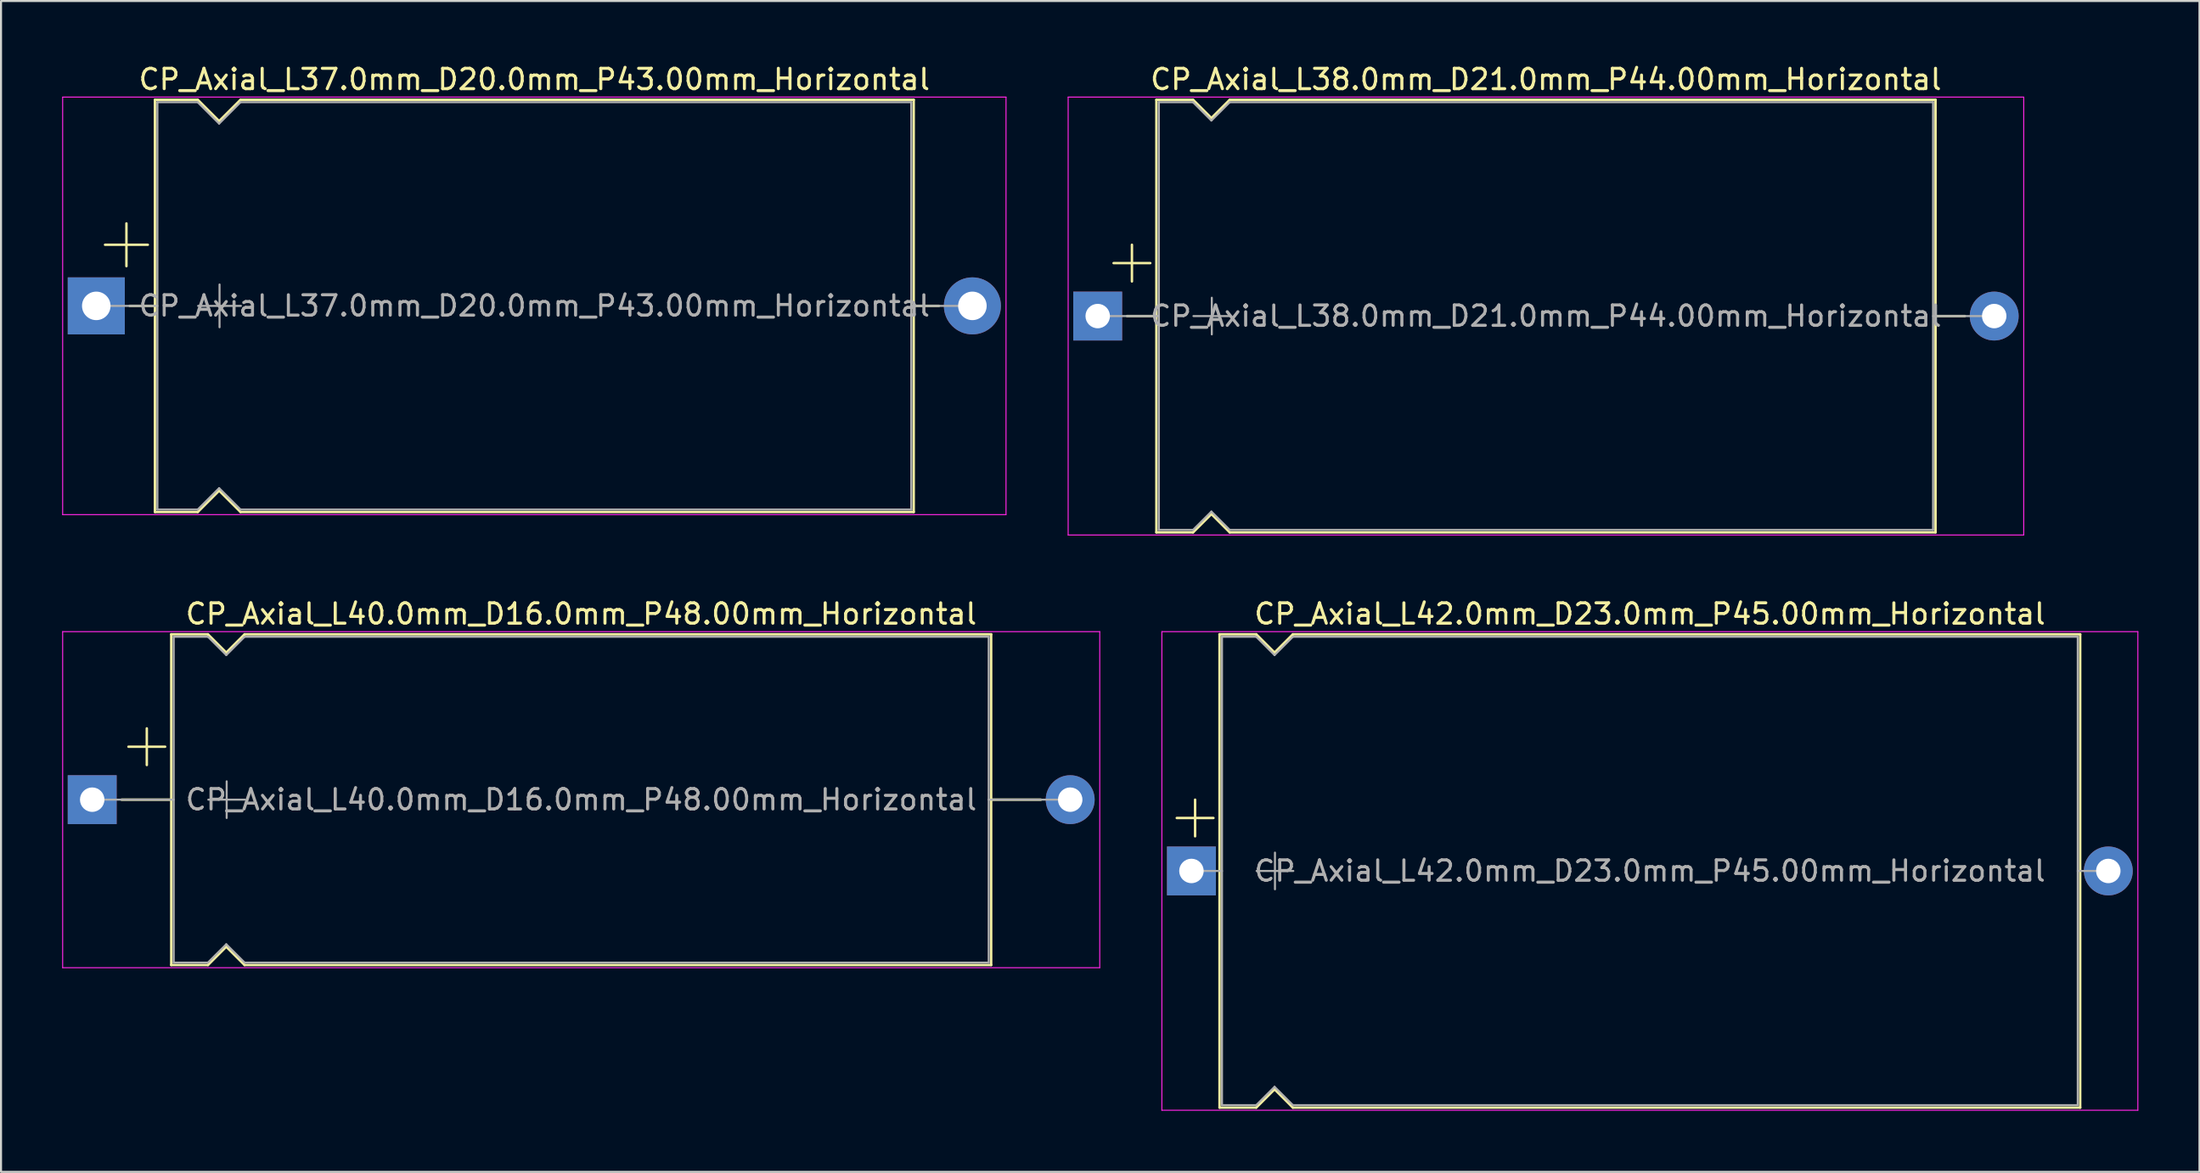
<source format=kicad_pcb>
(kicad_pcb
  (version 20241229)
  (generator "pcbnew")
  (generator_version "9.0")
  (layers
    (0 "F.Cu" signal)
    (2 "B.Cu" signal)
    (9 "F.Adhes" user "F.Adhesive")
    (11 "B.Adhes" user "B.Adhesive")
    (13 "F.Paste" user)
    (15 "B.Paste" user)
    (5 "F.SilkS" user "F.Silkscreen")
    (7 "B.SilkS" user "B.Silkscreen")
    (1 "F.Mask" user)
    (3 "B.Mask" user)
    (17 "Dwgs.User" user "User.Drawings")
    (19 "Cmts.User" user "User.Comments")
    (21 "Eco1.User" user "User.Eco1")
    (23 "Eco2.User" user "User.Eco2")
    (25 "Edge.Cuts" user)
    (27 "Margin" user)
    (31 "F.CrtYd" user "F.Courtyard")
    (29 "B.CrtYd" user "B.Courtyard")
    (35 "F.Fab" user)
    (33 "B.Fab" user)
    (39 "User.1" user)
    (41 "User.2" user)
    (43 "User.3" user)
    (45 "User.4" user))
  (footprint "CP_Axial_L38.0mm_D21.0mm_P44.00mm_Horizontal"
    (layer "F.Cu")
    (at 50.825 12.468)
    (property "Reference" "CP_Axial_L38.0mm_D21.0mm_P44.00mm_Horizontal" (at 22 -11.62 0) (layer "F.SilkS") (effects (font (size 1 1) (thickness 0.15))))
    (attr through_hole)
    (fp_line (start 0.78 -2.6) (end 2.58 -2.6) (stroke (width 0.12) (type solid)) (layer "F.SilkS"))
    (fp_line (start 1.44 0) (end 2.88 0) (stroke (width 0.12) (type solid)) (layer "F.SilkS"))
    (fp_line (start 1.68 -3.5) (end 1.68 -1.7) (stroke (width 0.12) (type solid)) (layer "F.SilkS"))
    (fp_line (start 2.88 -10.62) (end 2.88 10.62) (stroke (width 0.12) (type solid)) (layer "F.SilkS"))
    (fp_line (start 2.88 -10.62) (end 4.68 -10.62) (stroke (width 0.12) (type solid)) (layer "F.SilkS"))
    (fp_line (start 2.88 10.62) (end 4.68 10.62) (stroke (width 0.12) (type solid)) (layer "F.SilkS"))
    (fp_line (start 4.68 -10.62) (end 5.58 -9.72) (stroke (width 0.12) (type solid)) (layer "F.SilkS"))
    (fp_line (start 4.68 10.62) (end 5.58 9.72) (stroke (width 0.12) (type solid)) (layer "F.SilkS"))
    (fp_line (start 5.58 -9.72) (end 6.48 -10.62) (stroke (width 0.12) (type solid)) (layer "F.SilkS"))
    (fp_line (start 5.58 9.72) (end 6.48 10.62) (stroke (width 0.12) (type solid)) (layer "F.SilkS"))
    (fp_line (start 6.48 -10.62) (end 41.12 -10.62) (stroke (width 0.12) (type solid)) (layer "F.SilkS"))
    (fp_line (start 6.48 10.62) (end 41.12 10.62) (stroke (width 0.12) (type solid)) (layer "F.SilkS"))
    (fp_line (start 41.12 -10.62) (end 41.12 10.62) (stroke (width 0.12) (type solid)) (layer "F.SilkS"))
    (fp_line (start 42.56 0) (end 41.12 0) (stroke (width 0.12) (type solid)) (layer "F.SilkS"))
    (fp_line (start -1.45 -10.75) (end -1.45 10.75) (stroke (width 0.05) (type solid)) (layer "F.CrtYd"))
    (fp_line (start -1.45 10.75) (end 45.45 10.75) (stroke (width 0.05) (type solid)) (layer "F.CrtYd"))
    (fp_line (start 45.45 -10.75) (end -1.45 -10.75) (stroke (width 0.05) (type solid)) (layer "F.CrtYd"))
    (fp_line (start 45.45 10.75) (end 45.45 -10.75) (stroke (width 0.05) (type solid)) (layer "F.CrtYd"))
    (fp_line (start 0 0) (end 3 0) (stroke (width 0.1) (type solid)) (layer "F.Fab"))
    (fp_line (start 3 -10.5) (end 3 10.5) (stroke (width 0.1) (type solid)) (layer "F.Fab"))
    (fp_line (start 3 -10.5) (end 4.68 -10.5) (stroke (width 0.1) (type solid)) (layer "F.Fab"))
    (fp_line (start 3 10.5) (end 4.68 10.5) (stroke (width 0.1) (type solid)) (layer "F.Fab"))
    (fp_line (start 4.68 -10.5) (end 5.58 -9.6) (stroke (width 0.1) (type solid)) (layer "F.Fab"))
    (fp_line (start 4.68 10.5) (end 5.58 9.6) (stroke (width 0.1) (type solid)) (layer "F.Fab"))
    (fp_line (start 4.7 0) (end 6.5 0) (stroke (width 0.1) (type solid)) (layer "F.Fab"))
    (fp_line (start 5.58 -9.6) (end 6.48 -10.5) (stroke (width 0.1) (type solid)) (layer "F.Fab"))
    (fp_line (start 5.58 9.6) (end 6.48 10.5) (stroke (width 0.1) (type solid)) (layer "F.Fab"))
    (fp_line (start 5.6 -0.9) (end 5.6 0.9) (stroke (width 0.1) (type solid)) (layer "F.Fab"))
    (fp_line (start 6.48 -10.5) (end 41 -10.5) (stroke (width 0.1) (type solid)) (layer "F.Fab"))
    (fp_line (start 6.48 10.5) (end 41 10.5) (stroke (width 0.1) (type solid)) (layer "F.Fab"))
    (fp_line (start 41 -10.5) (end 41 10.5) (stroke (width 0.1) (type solid)) (layer "F.Fab"))
    (fp_line (start 44 0) (end 41 0) (stroke (width 0.1) (type solid)) (layer "F.Fab"))
    (fp_text user "${REFERENCE}" (at 22 0 0) (layer "F.Fab") (effects (font (size 1 1) (thickness 0.15))))
    (pad "1" thru_hole rect (at 0 0) (size 2.4 2.4) (drill 1.2) (layers "*.Cu" "*.Mask"))
    (pad "2" thru_hole oval (at 44 0) (size 2.4 2.4) (drill 1.2) (layers "*.Cu" "*.Mask")))
  (footprint "CP_Axial_L42.0mm_D23.0mm_P45.00mm_Horizontal"
    (layer "F.Cu")
    (at 55.425 39.712)
    (property "Reference" "CP_Axial_L42.0mm_D23.0mm_P45.00mm_Horizontal" (at 22.5 -12.62 0) (layer "F.SilkS") (effects (font (size 1 1) (thickness 0.15))))
    (attr through_hole)
    (fp_line (start -0.72 -2.6) (end 1.08 -2.6) (stroke (width 0.12) (type solid)) (layer "F.SilkS"))
    (fp_line (start 0.18 -3.5) (end 0.18 -1.7) (stroke (width 0.12) (type solid)) (layer "F.SilkS"))
    (fp_line (start 1.38 -11.62) (end 1.38 11.62) (stroke (width 0.12) (type solid)) (layer "F.SilkS"))
    (fp_line (start 1.38 -11.62) (end 3.18 -11.62) (stroke (width 0.12) (type solid)) (layer "F.SilkS"))
    (fp_line (start 1.38 11.62) (end 3.18 11.62) (stroke (width 0.12) (type solid)) (layer "F.SilkS"))
    (fp_line (start 3.18 -11.62) (end 4.08 -10.72) (stroke (width 0.12) (type solid)) (layer "F.SilkS"))
    (fp_line (start 3.18 11.62) (end 4.08 10.72) (stroke (width 0.12) (type solid)) (layer "F.SilkS"))
    (fp_line (start 4.08 -10.72) (end 4.98 -11.62) (stroke (width 0.12) (type solid)) (layer "F.SilkS"))
    (fp_line (start 4.08 10.72) (end 4.98 11.62) (stroke (width 0.12) (type solid)) (layer "F.SilkS"))
    (fp_line (start 4.98 -11.62) (end 43.62 -11.62) (stroke (width 0.12) (type solid)) (layer "F.SilkS"))
    (fp_line (start 4.98 11.62) (end 43.62 11.62) (stroke (width 0.12) (type solid)) (layer "F.SilkS"))
    (fp_line (start 43.62 -11.62) (end 43.62 11.62) (stroke (width 0.12) (type solid)) (layer "F.SilkS"))
    (fp_line (start -1.45 -11.75) (end -1.45 11.75) (stroke (width 0.05) (type solid)) (layer "F.CrtYd"))
    (fp_line (start -1.45 11.75) (end 46.45 11.75) (stroke (width 0.05) (type solid)) (layer "F.CrtYd"))
    (fp_line (start 46.45 -11.75) (end -1.45 -11.75) (stroke (width 0.05) (type solid)) (layer "F.CrtYd"))
    (fp_line (start 46.45 11.75) (end 46.45 -11.75) (stroke (width 0.05) (type solid)) (layer "F.CrtYd"))
    (fp_line (start 0 0) (end 1.5 0) (stroke (width 0.1) (type solid)) (layer "F.Fab"))
    (fp_line (start 1.5 -11.5) (end 1.5 11.5) (stroke (width 0.1) (type solid)) (layer "F.Fab"))
    (fp_line (start 1.5 -11.5) (end 3.18 -11.5) (stroke (width 0.1) (type solid)) (layer "F.Fab"))
    (fp_line (start 1.5 11.5) (end 3.18 11.5) (stroke (width 0.1) (type solid)) (layer "F.Fab"))
    (fp_line (start 3.18 -11.5) (end 4.08 -10.6) (stroke (width 0.1) (type solid)) (layer "F.Fab"))
    (fp_line (start 3.18 11.5) (end 4.08 10.6) (stroke (width 0.1) (type solid)) (layer "F.Fab"))
    (fp_line (start 3.2 0) (end 5 0) (stroke (width 0.1) (type solid)) (layer "F.Fab"))
    (fp_line (start 4.08 -10.6) (end 4.98 -11.5) (stroke (width 0.1) (type solid)) (layer "F.Fab"))
    (fp_line (start 4.08 10.6) (end 4.98 11.5) (stroke (width 0.1) (type solid)) (layer "F.Fab"))
    (fp_line (start 4.1 -0.9) (end 4.1 0.9) (stroke (width 0.1) (type solid)) (layer "F.Fab"))
    (fp_line (start 4.98 -11.5) (end 43.5 -11.5) (stroke (width 0.1) (type solid)) (layer "F.Fab"))
    (fp_line (start 4.98 11.5) (end 43.5 11.5) (stroke (width 0.1) (type solid)) (layer "F.Fab"))
    (fp_line (start 43.5 -11.5) (end 43.5 11.5) (stroke (width 0.1) (type solid)) (layer "F.Fab"))
    (fp_line (start 45 0) (end 43.5 0) (stroke (width 0.1) (type solid)) (layer "F.Fab"))
    (fp_text user "${REFERENCE}" (at 22.5 0 0) (layer "F.Fab") (effects (font (size 1 1) (thickness 0.15))))
    (pad "1" thru_hole rect (at 0 0) (size 2.4 2.4) (drill 1.2) (layers "*.Cu" "*.Mask"))
    (pad "2" thru_hole oval (at 45 0) (size 2.4 2.4) (drill 1.2) (layers "*.Cu" "*.Mask")))
  (footprint "CP_Axial_L40.0mm_D16.0mm_P48.00mm_Horizontal"
    (layer "F.Cu")
    (at 1.475 36.212)
    (property "Reference" "CP_Axial_L40.0mm_D16.0mm_P48.00mm_Horizontal" (at 24 -9.12 0) (layer "F.SilkS") (effects (font (size 1 1) (thickness 0.15))))
    (attr through_hole)
    (fp_line (start 1.44 0) (end 3.88 0) (stroke (width 0.12) (type solid)) (layer "F.SilkS"))
    (fp_line (start 1.78 -2.6) (end 3.58 -2.6) (stroke (width 0.12) (type solid)) (layer "F.SilkS"))
    (fp_line (start 2.68 -3.5) (end 2.68 -1.7) (stroke (width 0.12) (type solid)) (layer "F.SilkS"))
    (fp_line (start 3.88 -8.12) (end 3.88 8.12) (stroke (width 0.12) (type solid)) (layer "F.SilkS"))
    (fp_line (start 3.88 -8.12) (end 5.68 -8.12) (stroke (width 0.12) (type solid)) (layer "F.SilkS"))
    (fp_line (start 3.88 8.12) (end 5.68 8.12) (stroke (width 0.12) (type solid)) (layer "F.SilkS"))
    (fp_line (start 5.68 -8.12) (end 6.58 -7.22) (stroke (width 0.12) (type solid)) (layer "F.SilkS"))
    (fp_line (start 5.68 8.12) (end 6.58 7.22) (stroke (width 0.12) (type solid)) (layer "F.SilkS"))
    (fp_line (start 6.58 -7.22) (end 7.48 -8.12) (stroke (width 0.12) (type solid)) (layer "F.SilkS"))
    (fp_line (start 6.58 7.22) (end 7.48 8.12) (stroke (width 0.12) (type solid)) (layer "F.SilkS"))
    (fp_line (start 7.48 -8.12) (end 44.12 -8.12) (stroke (width 0.12) (type solid)) (layer "F.SilkS"))
    (fp_line (start 7.48 8.12) (end 44.12 8.12) (stroke (width 0.12) (type solid)) (layer "F.SilkS"))
    (fp_line (start 44.12 -8.12) (end 44.12 8.12) (stroke (width 0.12) (type solid)) (layer "F.SilkS"))
    (fp_line (start 46.56 0) (end 44.12 0) (stroke (width 0.12) (type solid)) (layer "F.SilkS"))
    (fp_line (start -1.45 -8.25) (end -1.45 8.25) (stroke (width 0.05) (type solid)) (layer "F.CrtYd"))
    (fp_line (start -1.45 8.25) (end 49.45 8.25) (stroke (width 0.05) (type solid)) (layer "F.CrtYd"))
    (fp_line (start 49.45 -8.25) (end -1.45 -8.25) (stroke (width 0.05) (type solid)) (layer "F.CrtYd"))
    (fp_line (start 49.45 8.25) (end 49.45 -8.25) (stroke (width 0.05) (type solid)) (layer "F.CrtYd"))
    (fp_line (start 0 0) (end 4 0) (stroke (width 0.1) (type solid)) (layer "F.Fab"))
    (fp_line (start 4 -8) (end 4 8) (stroke (width 0.1) (type solid)) (layer "F.Fab"))
    (fp_line (start 4 -8) (end 5.68 -8) (stroke (width 0.1) (type solid)) (layer "F.Fab"))
    (fp_line (start 4 8) (end 5.68 8) (stroke (width 0.1) (type solid)) (layer "F.Fab"))
    (fp_line (start 5.68 -8) (end 6.58 -7.1) (stroke (width 0.1) (type solid)) (layer "F.Fab"))
    (fp_line (start 5.68 8) (end 6.58 7.1) (stroke (width 0.1) (type solid)) (layer "F.Fab"))
    (fp_line (start 5.7 0) (end 7.5 0) (stroke (width 0.1) (type solid)) (layer "F.Fab"))
    (fp_line (start 6.58 -7.1) (end 7.48 -8) (stroke (width 0.1) (type solid)) (layer "F.Fab"))
    (fp_line (start 6.58 7.1) (end 7.48 8) (stroke (width 0.1) (type solid)) (layer "F.Fab"))
    (fp_line (start 6.6 -0.9) (end 6.6 0.9) (stroke (width 0.1) (type solid)) (layer "F.Fab"))
    (fp_line (start 7.48 -8) (end 44 -8) (stroke (width 0.1) (type solid)) (layer "F.Fab"))
    (fp_line (start 7.48 8) (end 44 8) (stroke (width 0.1) (type solid)) (layer "F.Fab"))
    (fp_line (start 44 -8) (end 44 8) (stroke (width 0.1) (type solid)) (layer "F.Fab"))
    (fp_line (start 48 0) (end 44 0) (stroke (width 0.1) (type solid)) (layer "F.Fab"))
    (fp_text user "${REFERENCE}" (at 24 0 0) (layer "F.Fab") (effects (font (size 1 1) (thickness 0.15))))
    (pad "1" thru_hole rect (at 0 0) (size 2.4 2.4) (drill 1.2) (layers "*.Cu" "*.Mask"))
    (pad "2" thru_hole oval (at 48 0) (size 2.4 2.4) (drill 1.2) (layers "*.Cu" "*.Mask")))
  (footprint "CP_Axial_L37.0mm_D20.0mm_P43.00mm_Horizontal"
    (layer "F.Cu")
    (at 1.675 11.968)
    (property "Reference" "CP_Axial_L37.0mm_D20.0mm_P43.00mm_Horizontal" (at 21.5 -11.12 0) (layer "F.SilkS") (effects (font (size 1 1) (thickness 0.15))))
    (attr through_hole)
    (fp_line (start 0.43 -3) (end 2.53 -3) (stroke (width 0.12) (type solid)) (layer "F.SilkS"))
    (fp_line (start 1.48 -4.05) (end 1.48 -1.95) (stroke (width 0.12) (type solid)) (layer "F.SilkS"))
    (fp_line (start 1.64 0) (end 2.88 0) (stroke (width 0.12) (type solid)) (layer "F.SilkS"))
    (fp_line (start 2.88 -10.12) (end 2.88 10.12) (stroke (width 0.12) (type solid)) (layer "F.SilkS"))
    (fp_line (start 2.88 -10.12) (end 4.98 -10.12) (stroke (width 0.12) (type solid)) (layer "F.SilkS"))
    (fp_line (start 2.88 10.12) (end 4.98 10.12) (stroke (width 0.12) (type solid)) (layer "F.SilkS"))
    (fp_line (start 4.98 -10.12) (end 6.03 -9.07) (stroke (width 0.12) (type solid)) (layer "F.SilkS"))
    (fp_line (start 4.98 10.12) (end 6.03 9.07) (stroke (width 0.12) (type solid)) (layer "F.SilkS"))
    (fp_line (start 6.03 -9.07) (end 7.08 -10.12) (stroke (width 0.12) (type solid)) (layer "F.SilkS"))
    (fp_line (start 6.03 9.07) (end 7.08 10.12) (stroke (width 0.12) (type solid)) (layer "F.SilkS"))
    (fp_line (start 7.08 -10.12) (end 40.12 -10.12) (stroke (width 0.12) (type solid)) (layer "F.SilkS"))
    (fp_line (start 7.08 10.12) (end 40.12 10.12) (stroke (width 0.12) (type solid)) (layer "F.SilkS"))
    (fp_line (start 40.12 -10.12) (end 40.12 10.12) (stroke (width 0.12) (type solid)) (layer "F.SilkS"))
    (fp_line (start 41.36 0) (end 40.12 0) (stroke (width 0.12) (type solid)) (layer "F.SilkS"))
    (fp_line (start -1.65 -10.25) (end -1.65 10.25) (stroke (width 0.05) (type solid)) (layer "F.CrtYd"))
    (fp_line (start -1.65 10.25) (end 44.65 10.25) (stroke (width 0.05) (type solid)) (layer "F.CrtYd"))
    (fp_line (start 44.65 -10.25) (end -1.65 -10.25) (stroke (width 0.05) (type solid)) (layer "F.CrtYd"))
    (fp_line (start 44.65 10.25) (end 44.65 -10.25) (stroke (width 0.05) (type solid)) (layer "F.CrtYd"))
    (fp_line (start 0 0) (end 3 0) (stroke (width 0.1) (type solid)) (layer "F.Fab"))
    (fp_line (start 3 -10) (end 3 10) (stroke (width 0.1) (type solid)) (layer "F.Fab"))
    (fp_line (start 3 -10) (end 4.98 -10) (stroke (width 0.1) (type solid)) (layer "F.Fab"))
    (fp_line (start 3 10) (end 4.98 10) (stroke (width 0.1) (type solid)) (layer "F.Fab"))
    (fp_line (start 4.98 -10) (end 6.03 -8.95) (stroke (width 0.1) (type solid)) (layer "F.Fab"))
    (fp_line (start 4.98 10) (end 6.03 8.95) (stroke (width 0.1) (type solid)) (layer "F.Fab"))
    (fp_line (start 5 0) (end 7.1 0) (stroke (width 0.1) (type solid)) (layer "F.Fab"))
    (fp_line (start 6.03 -8.95) (end 7.08 -10) (stroke (width 0.1) (type solid)) (layer "F.Fab"))
    (fp_line (start 6.03 8.95) (end 7.08 10) (stroke (width 0.1) (type solid)) (layer "F.Fab"))
    (fp_line (start 6.05 -1.05) (end 6.05 1.05) (stroke (width 0.1) (type solid)) (layer "F.Fab"))
    (fp_line (start 7.08 -10) (end 40 -10) (stroke (width 0.1) (type solid)) (layer "F.Fab"))
    (fp_line (start 7.08 10) (end 40 10) (stroke (width 0.1) (type solid)) (layer "F.Fab"))
    (fp_line (start 40 -10) (end 40 10) (stroke (width 0.1) (type solid)) (layer "F.Fab"))
    (fp_line (start 43 0) (end 40 0) (stroke (width 0.1) (type solid)) (layer "F.Fab"))
    (fp_text user "${REFERENCE}" (at 21.5 0 0) (layer "F.Fab") (effects (font (size 1 1) (thickness 0.15))))
    (pad "1" thru_hole rect (at 0 0) (size 2.8 2.8) (drill 1.4) (layers "*.Cu" "*.Mask"))
    (pad "2" thru_hole oval (at 43 0) (size 2.8 2.8) (drill 1.4) (layers "*.Cu" "*.Mask")))
  (gr_rect
    (start -3 -3)
    (end 104.9 54.486)
    (stroke (width 0.1) (type default))
    (fill no)
    (layer "Edge.Cuts")))
</source>
